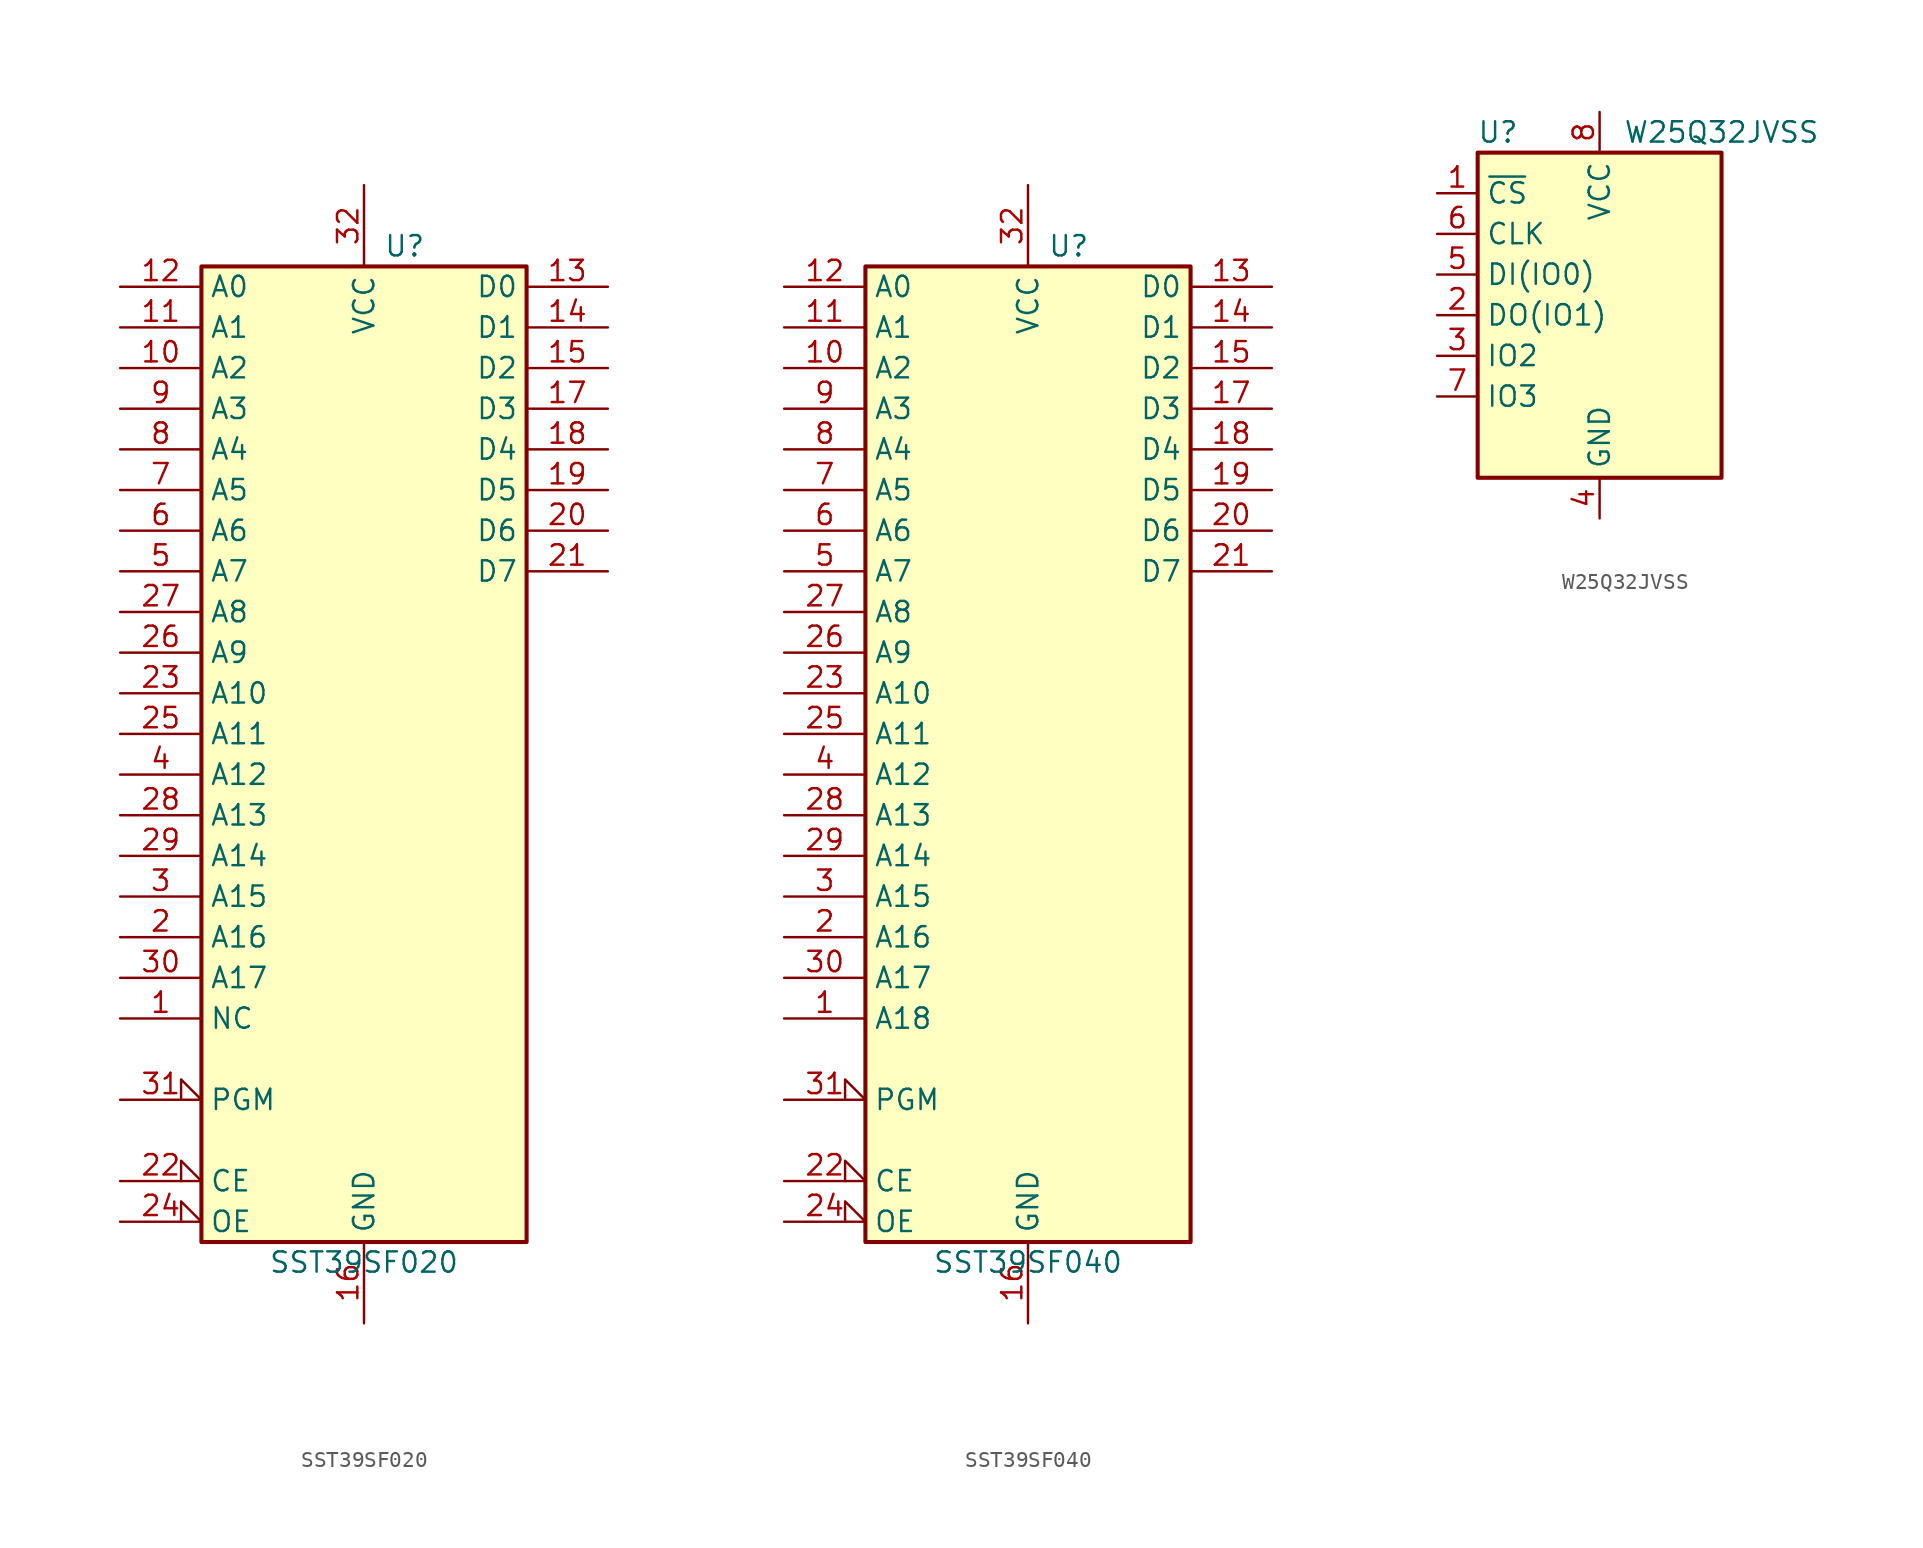
<source format=kicad_sym>
(kicad_symbol_lib
  (version 20211014)
  (generator kicad_symbol_editor)
  (symbol "SST39SF020"
    (property "Reference" "U"
      (at 2.54 33.02 0)
      (effects (font (size 1.27 1.27))))
    (property "Value" "SST39SF020"
      (at 0 -30.48 0)
      (effects (font (size 1.27 1.27))))
    (symbol "SST39SF020_0_0"
      (pin power_in line (at 0 -34.29 90) (length 5.08) (name "GND" (effects (font (size 1.27 1.27)))) (number "16" (effects (font (size 1.27 1.27)))))
      (pin power_in line (at 0 36.83 270) (length 5.08) (name "VCC" (effects (font (size 1.27 1.27)))) (number "32" (effects (font (size 1.27 1.27))))))
    (symbol "SST39SF020_0_1"
      (rectangle (start -10.16 31.75) (end 10.16 -29.21) (stroke (width 0.254) (type default) (color 0 0 0 0)) (fill (type background))))
    (symbol "SST39SF020_1_1"
      (pin input line (at -15.24 -15.24 0) (length 5.08) (name "NC" (effects (font (size 1.27 1.27)))) (number "1" (effects (font (size 1.27 1.27)))))
      (pin input line (at -15.24 25.4 0) (length 5.08) (name "A2" (effects (font (size 1.27 1.27)))) (number "10" (effects (font (size 1.27 1.27)))))
      (pin input line (at -15.24 27.94 0) (length 5.08) (name "A1" (effects (font (size 1.27 1.27)))) (number "11" (effects (font (size 1.27 1.27)))))
      (pin input line (at -15.24 30.48 0) (length 5.08) (name "A0" (effects (font (size 1.27 1.27)))) (number "12" (effects (font (size 1.27 1.27)))))
      (pin tri_state line (at 15.24 30.48 180) (length 5.08) (name "D0" (effects (font (size 1.27 1.27)))) (number "13" (effects (font (size 1.27 1.27)))))
      (pin tri_state line (at 15.24 27.94 180) (length 5.08) (name "D1" (effects (font (size 1.27 1.27)))) (number "14" (effects (font (size 1.27 1.27)))))
      (pin tri_state line (at 15.24 25.4 180) (length 5.08) (name "D2" (effects (font (size 1.27 1.27)))) (number "15" (effects (font (size 1.27 1.27)))))
      (pin tri_state line (at 15.24 22.86 180) (length 5.08) (name "D3" (effects (font (size 1.27 1.27)))) (number "17" (effects (font (size 1.27 1.27)))))
      (pin tri_state line (at 15.24 20.32 180) (length 5.08) (name "D4" (effects (font (size 1.27 1.27)))) (number "18" (effects (font (size 1.27 1.27)))))
      (pin tri_state line (at 15.24 17.78 180) (length 5.08) (name "D5" (effects (font (size 1.27 1.27)))) (number "19" (effects (font (size 1.27 1.27)))))
      (pin input line (at -15.24 -10.16 0) (length 5.08) (name "A16" (effects (font (size 1.27 1.27)))) (number "2" (effects (font (size 1.27 1.27)))))
      (pin tri_state line (at 15.24 15.24 180) (length 5.08) (name "D6" (effects (font (size 1.27 1.27)))) (number "20" (effects (font (size 1.27 1.27)))))
      (pin tri_state line (at 15.24 12.7 180) (length 5.08) (name "D7" (effects (font (size 1.27 1.27)))) (number "21" (effects (font (size 1.27 1.27)))))
      (pin input input_low (at -15.24 -25.4 0) (length 5.08) (name "CE" (effects (font (size 1.27 1.27)))) (number "22" (effects (font (size 1.27 1.27)))))
      (pin input line (at -15.24 5.08 0) (length 5.08) (name "A10" (effects (font (size 1.27 1.27)))) (number "23" (effects (font (size 1.27 1.27)))))
      (pin input input_low (at -15.24 -27.94 0) (length 5.08) (name "OE" (effects (font (size 1.27 1.27)))) (number "24" (effects (font (size 1.27 1.27)))))
      (pin input line (at -15.24 2.54 0) (length 5.08) (name "A11" (effects (font (size 1.27 1.27)))) (number "25" (effects (font (size 1.27 1.27)))))
      (pin input line (at -15.24 7.62 0) (length 5.08) (name "A9" (effects (font (size 1.27 1.27)))) (number "26" (effects (font (size 1.27 1.27)))))
      (pin input line (at -15.24 10.16 0) (length 5.08) (name "A8" (effects (font (size 1.27 1.27)))) (number "27" (effects (font (size 1.27 1.27)))))
      (pin input line (at -15.24 -2.54 0) (length 5.08) (name "A13" (effects (font (size 1.27 1.27)))) (number "28" (effects (font (size 1.27 1.27)))))
      (pin input line (at -15.24 -5.08 0) (length 5.08) (name "A14" (effects (font (size 1.27 1.27)))) (number "29" (effects (font (size 1.27 1.27)))))
      (pin input line (at -15.24 -7.62 0) (length 5.08) (name "A15" (effects (font (size 1.27 1.27)))) (number "3" (effects (font (size 1.27 1.27)))))
      (pin input line (at -15.24 -12.7 0) (length 5.08) (name "A17" (effects (font (size 1.27 1.27)))) (number "30" (effects (font (size 1.27 1.27)))))
      (pin input input_low (at -15.24 -20.32 0) (length 5.08) (name "PGM" (effects (font (size 1.27 1.27)))) (number "31" (effects (font (size 1.27 1.27)))))
      (pin input line (at -15.24 0 0) (length 5.08) (name "A12" (effects (font (size 1.27 1.27)))) (number "4" (effects (font (size 1.27 1.27)))))
      (pin input line (at -15.24 12.7 0) (length 5.08) (name "A7" (effects (font (size 1.27 1.27)))) (number "5" (effects (font (size 1.27 1.27)))))
      (pin input line (at -15.24 15.24 0) (length 5.08) (name "A6" (effects (font (size 1.27 1.27)))) (number "6" (effects (font (size 1.27 1.27)))))
      (pin input line (at -15.24 17.78 0) (length 5.08) (name "A5" (effects (font (size 1.27 1.27)))) (number "7" (effects (font (size 1.27 1.27)))))
      (pin input line (at -15.24 20.32 0) (length 5.08) (name "A4" (effects (font (size 1.27 1.27)))) (number "8" (effects (font (size 1.27 1.27)))))
      (pin input line (at -15.24 22.86 0) (length 5.08) (name "A3" (effects (font (size 1.27 1.27)))) (number "9" (effects (font (size 1.27 1.27)))))))
  (symbol "SST39SF040"
    (property "Reference" "U"
      (at 2.54 33.02 0)
      (effects (font (size 1.27 1.27))))
    (property "Value" "SST39SF040"
      (at 0 -30.48 0)
      (effects (font (size 1.27 1.27))))
    (symbol "SST39SF040_0_0"
      (pin power_in line (at 0 -34.29 90) (length 5.08) (name "GND" (effects (font (size 1.27 1.27)))) (number "16" (effects (font (size 1.27 1.27)))))
      (pin power_in line (at 0 36.83 270) (length 5.08) (name "VCC" (effects (font (size 1.27 1.27)))) (number "32" (effects (font (size 1.27 1.27))))))
    (symbol "SST39SF040_0_1"
      (rectangle (start -10.16 31.75) (end 10.16 -29.21) (stroke (width 0.254) (type default) (color 0 0 0 0)) (fill (type background))))
    (symbol "SST39SF040_1_1"
      (pin input line (at -15.24 -15.24 0) (length 5.08) (name "A18" (effects (font (size 1.27 1.27)))) (number "1" (effects (font (size 1.27 1.27)))))
      (pin input line (at -15.24 25.4 0) (length 5.08) (name "A2" (effects (font (size 1.27 1.27)))) (number "10" (effects (font (size 1.27 1.27)))))
      (pin input line (at -15.24 27.94 0) (length 5.08) (name "A1" (effects (font (size 1.27 1.27)))) (number "11" (effects (font (size 1.27 1.27)))))
      (pin input line (at -15.24 30.48 0) (length 5.08) (name "A0" (effects (font (size 1.27 1.27)))) (number "12" (effects (font (size 1.27 1.27)))))
      (pin tri_state line (at 15.24 30.48 180) (length 5.08) (name "D0" (effects (font (size 1.27 1.27)))) (number "13" (effects (font (size 1.27 1.27)))))
      (pin tri_state line (at 15.24 27.94 180) (length 5.08) (name "D1" (effects (font (size 1.27 1.27)))) (number "14" (effects (font (size 1.27 1.27)))))
      (pin tri_state line (at 15.24 25.4 180) (length 5.08) (name "D2" (effects (font (size 1.27 1.27)))) (number "15" (effects (font (size 1.27 1.27)))))
      (pin tri_state line (at 15.24 22.86 180) (length 5.08) (name "D3" (effects (font (size 1.27 1.27)))) (number "17" (effects (font (size 1.27 1.27)))))
      (pin tri_state line (at 15.24 20.32 180) (length 5.08) (name "D4" (effects (font (size 1.27 1.27)))) (number "18" (effects (font (size 1.27 1.27)))))
      (pin tri_state line (at 15.24 17.78 180) (length 5.08) (name "D5" (effects (font (size 1.27 1.27)))) (number "19" (effects (font (size 1.27 1.27)))))
      (pin input line (at -15.24 -10.16 0) (length 5.08) (name "A16" (effects (font (size 1.27 1.27)))) (number "2" (effects (font (size 1.27 1.27)))))
      (pin tri_state line (at 15.24 15.24 180) (length 5.08) (name "D6" (effects (font (size 1.27 1.27)))) (number "20" (effects (font (size 1.27 1.27)))))
      (pin tri_state line (at 15.24 12.7 180) (length 5.08) (name "D7" (effects (font (size 1.27 1.27)))) (number "21" (effects (font (size 1.27 1.27)))))
      (pin input input_low (at -15.24 -25.4 0) (length 5.08) (name "CE" (effects (font (size 1.27 1.27)))) (number "22" (effects (font (size 1.27 1.27)))))
      (pin input line (at -15.24 5.08 0) (length 5.08) (name "A10" (effects (font (size 1.27 1.27)))) (number "23" (effects (font (size 1.27 1.27)))))
      (pin input input_low (at -15.24 -27.94 0) (length 5.08) (name "OE" (effects (font (size 1.27 1.27)))) (number "24" (effects (font (size 1.27 1.27)))))
      (pin input line (at -15.24 2.54 0) (length 5.08) (name "A11" (effects (font (size 1.27 1.27)))) (number "25" (effects (font (size 1.27 1.27)))))
      (pin input line (at -15.24 7.62 0) (length 5.08) (name "A9" (effects (font (size 1.27 1.27)))) (number "26" (effects (font (size 1.27 1.27)))))
      (pin input line (at -15.24 10.16 0) (length 5.08) (name "A8" (effects (font (size 1.27 1.27)))) (number "27" (effects (font (size 1.27 1.27)))))
      (pin input line (at -15.24 -2.54 0) (length 5.08) (name "A13" (effects (font (size 1.27 1.27)))) (number "28" (effects (font (size 1.27 1.27)))))
      (pin input line (at -15.24 -5.08 0) (length 5.08) (name "A14" (effects (font (size 1.27 1.27)))) (number "29" (effects (font (size 1.27 1.27)))))
      (pin input line (at -15.24 -7.62 0) (length 5.08) (name "A15" (effects (font (size 1.27 1.27)))) (number "3" (effects (font (size 1.27 1.27)))))
      (pin input line (at -15.24 -12.7 0) (length 5.08) (name "A17" (effects (font (size 1.27 1.27)))) (number "30" (effects (font (size 1.27 1.27)))))
      (pin input input_low (at -15.24 -20.32 0) (length 5.08) (name "PGM" (effects (font (size 1.27 1.27)))) (number "31" (effects (font (size 1.27 1.27)))))
      (pin input line (at -15.24 0 0) (length 5.08) (name "A12" (effects (font (size 1.27 1.27)))) (number "4" (effects (font (size 1.27 1.27)))))
      (pin input line (at -15.24 12.7 0) (length 5.08) (name "A7" (effects (font (size 1.27 1.27)))) (number "5" (effects (font (size 1.27 1.27)))))
      (pin input line (at -15.24 15.24 0) (length 5.08) (name "A6" (effects (font (size 1.27 1.27)))) (number "6" (effects (font (size 1.27 1.27)))))
      (pin input line (at -15.24 17.78 0) (length 5.08) (name "A5" (effects (font (size 1.27 1.27)))) (number "7" (effects (font (size 1.27 1.27)))))
      (pin input line (at -15.24 20.32 0) (length 5.08) (name "A4" (effects (font (size 1.27 1.27)))) (number "8" (effects (font (size 1.27 1.27)))))
      (pin input line (at -15.24 22.86 0) (length 5.08) (name "A3" (effects (font (size 1.27 1.27)))) (number "9" (effects (font (size 1.27 1.27)))))))
  (symbol "W25Q32JVSS"
    (property "Reference" "U"
      (at -6.35 11.43 0)
      (effects (font (size 1.27 1.27))))
    (property "Value" "W25Q32JVSS"
      (at 7.62 11.43 0)
      (effects (font (size 1.27 1.27))))
    (symbol "W25Q32JVSS_0_1"
      (rectangle (start -7.62 10.16) (end 7.62 -10.16) (stroke (width 0.254) (type default) (color 0 0 0 0)) (fill (type background))))
    (symbol "W25Q32JVSS_1_1"
      (pin input line (at -10.16 7.62 0) (length 2.54) (name "~{CS}" (effects (font (size 1.27 1.27)))) (number "1" (effects (font (size 1.27 1.27)))))
      (pin bidirectional line (at -10.16 0 0) (length 2.54) (name "DO(IO1)" (effects (font (size 1.27 1.27)))) (number "2" (effects (font (size 1.27 1.27)))))
      (pin bidirectional line (at -10.16 -2.54 0) (length 2.54) (name "IO2" (effects (font (size 1.27 1.27)))) (number "3" (effects (font (size 1.27 1.27)))))
      (pin power_in line (at 0 -12.7 90) (length 2.54) (name "GND" (effects (font (size 1.27 1.27)))) (number "4" (effects (font (size 1.27 1.27)))))
      (pin bidirectional line (at -10.16 2.54 0) (length 2.54) (name "DI(IO0)" (effects (font (size 1.27 1.27)))) (number "5" (effects (font (size 1.27 1.27)))))
      (pin input line (at -10.16 5.08 0) (length 2.54) (name "CLK" (effects (font (size 1.27 1.27)))) (number "6" (effects (font (size 1.27 1.27)))))
      (pin bidirectional line (at -10.16 -5.08 0) (length 2.54) (name "IO3" (effects (font (size 1.27 1.27)))) (number "7" (effects (font (size 1.27 1.27)))))
      (pin power_in line (at 0 12.7 270) (length 2.54) (name "VCC" (effects (font (size 1.27 1.27)))) (number "8" (effects (font (size 1.27 1.27))))))))
</source>
